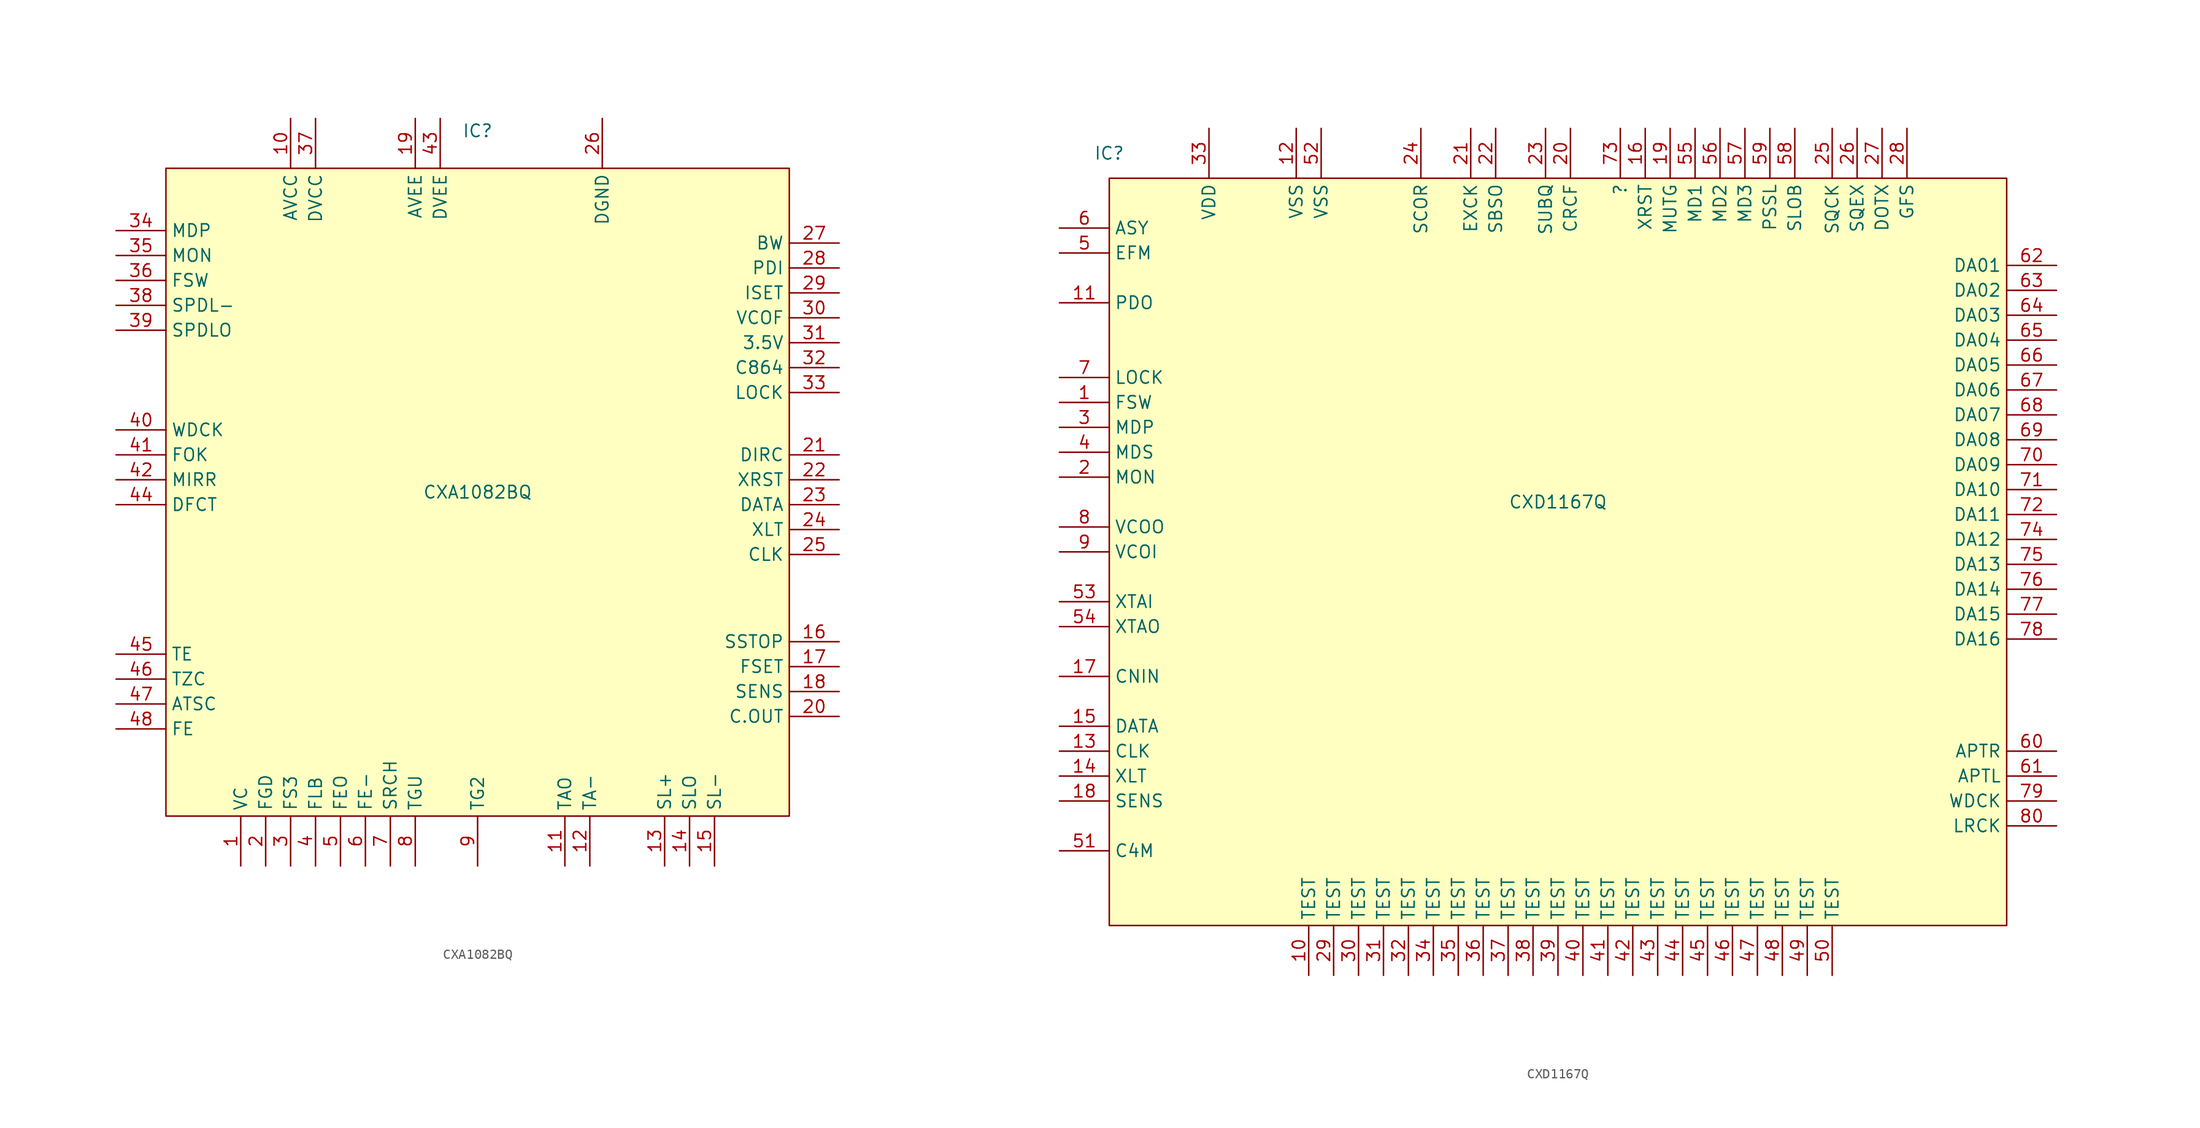
<source format=kicad_sym>
(kicad_symbol_lib
  (version 20220914)
  (generator kicad_symbol_editor)
  (symbol "CXA1082BQ"
    (property "Reference" "IC"
      (at 0 36.83 0)
      (effects (font (size 1.27 1.27))))
    (property "Value" "CXA1082BQ"
      (at 0 0 0)
      (effects (font (size 1.27 1.27))))
    (symbol "CXA1082BQ_1_1"
      (rectangle (start -31.75 33.02) (end 31.75 -33.02) (stroke (width 0) (type default)) (fill (type background)))
      (pin passive line (at -24.13 -38.1 90) (length 5.08) (name "VC" (effects (font (size 1.27 1.27)))) (number "1" (effects (font (size 1.27 1.27)))))
      (pin passive line (at -19.05 38.1 270) (length 5.08) (name "AVCC" (effects (font (size 1.27 1.27)))) (number "10" (effects (font (size 1.27 1.27)))))
      (pin passive line (at 8.89 -38.1 90) (length 5.08) (name "TAO" (effects (font (size 1.27 1.27)))) (number "11" (effects (font (size 1.27 1.27)))))
      (pin passive line (at 11.43 -38.1 90) (length 5.08) (name "TA-" (effects (font (size 1.27 1.27)))) (number "12" (effects (font (size 1.27 1.27)))))
      (pin passive line (at 19.05 -38.1 90) (length 5.08) (name "SL+" (effects (font (size 1.27 1.27)))) (number "13" (effects (font (size 1.27 1.27)))))
      (pin passive line (at 21.59 -38.1 90) (length 5.08) (name "SLO" (effects (font (size 1.27 1.27)))) (number "14" (effects (font (size 1.27 1.27)))))
      (pin passive line (at 24.13 -38.1 90) (length 5.08) (name "SL-" (effects (font (size 1.27 1.27)))) (number "15" (effects (font (size 1.27 1.27)))))
      (pin passive line (at 36.83 -15.24 180) (length 5.08) (name "SSTOP" (effects (font (size 1.27 1.27)))) (number "16" (effects (font (size 1.27 1.27)))))
      (pin passive line (at 36.83 -17.78 180) (length 5.08) (name "FSET" (effects (font (size 1.27 1.27)))) (number "17" (effects (font (size 1.27 1.27)))))
      (pin passive line (at 36.83 -20.32 180) (length 5.08) (name "SENS" (effects (font (size 1.27 1.27)))) (number "18" (effects (font (size 1.27 1.27)))))
      (pin passive line (at -6.35 38.1 270) (length 5.08) (name "AVEE" (effects (font (size 1.27 1.27)))) (number "19" (effects (font (size 1.27 1.27)))))
      (pin passive line (at -21.59 -38.1 90) (length 5.08) (name "FGD" (effects (font (size 1.27 1.27)))) (number "2" (effects (font (size 1.27 1.27)))))
      (pin passive line (at 36.83 -22.86 180) (length 5.08) (name "C.OUT" (effects (font (size 1.27 1.27)))) (number "20" (effects (font (size 1.27 1.27)))))
      (pin passive line (at 36.83 3.81 180) (length 5.08) (name "DIRC" (effects (font (size 1.27 1.27)))) (number "21" (effects (font (size 1.27 1.27)))))
      (pin passive line (at 36.83 1.27 180) (length 5.08) (name "XRST" (effects (font (size 1.27 1.27)))) (number "22" (effects (font (size 1.27 1.27)))))
      (pin passive line (at 36.83 -1.27 180) (length 5.08) (name "DATA" (effects (font (size 1.27 1.27)))) (number "23" (effects (font (size 1.27 1.27)))))
      (pin passive line (at 36.83 -3.81 180) (length 5.08) (name "XLT" (effects (font (size 1.27 1.27)))) (number "24" (effects (font (size 1.27 1.27)))))
      (pin passive line (at 36.83 -6.35 180) (length 5.08) (name "CLK" (effects (font (size 1.27 1.27)))) (number "25" (effects (font (size 1.27 1.27)))))
      (pin passive line (at 12.7 38.1 270) (length 5.08) (name "DGND" (effects (font (size 1.27 1.27)))) (number "26" (effects (font (size 1.27 1.27)))))
      (pin passive line (at 36.83 25.4 180) (length 5.08) (name "BW" (effects (font (size 1.27 1.27)))) (number "27" (effects (font (size 1.27 1.27)))))
      (pin passive line (at 36.83 22.86 180) (length 5.08) (name "PDI" (effects (font (size 1.27 1.27)))) (number "28" (effects (font (size 1.27 1.27)))))
      (pin passive line (at 36.83 20.32 180) (length 5.08) (name "ISET" (effects (font (size 1.27 1.27)))) (number "29" (effects (font (size 1.27 1.27)))))
      (pin passive line (at -19.05 -38.1 90) (length 5.08) (name "FS3" (effects (font (size 1.27 1.27)))) (number "3" (effects (font (size 1.27 1.27)))))
      (pin passive line (at 36.83 17.78 180) (length 5.08) (name "VCOF" (effects (font (size 1.27 1.27)))) (number "30" (effects (font (size 1.27 1.27)))))
      (pin passive line (at 36.83 15.24 180) (length 5.08) (name "3.5V" (effects (font (size 1.27 1.27)))) (number "31" (effects (font (size 1.27 1.27)))))
      (pin passive line (at 36.83 12.7 180) (length 5.08) (name "C864" (effects (font (size 1.27 1.27)))) (number "32" (effects (font (size 1.27 1.27)))))
      (pin passive line (at 36.83 10.16 180) (length 5.08) (name "LOCK" (effects (font (size 1.27 1.27)))) (number "33" (effects (font (size 1.27 1.27)))))
      (pin passive line (at -36.83 26.67 0) (length 5.08) (name "MDP" (effects (font (size 1.27 1.27)))) (number "34" (effects (font (size 1.27 1.27)))))
      (pin passive line (at -36.83 24.13 0) (length 5.08) (name "MON" (effects (font (size 1.27 1.27)))) (number "35" (effects (font (size 1.27 1.27)))))
      (pin passive line (at -36.83 21.59 0) (length 5.08) (name "FSW" (effects (font (size 1.27 1.27)))) (number "36" (effects (font (size 1.27 1.27)))))
      (pin passive line (at -16.51 38.1 270) (length 5.08) (name "DVCC" (effects (font (size 1.27 1.27)))) (number "37" (effects (font (size 1.27 1.27)))))
      (pin passive line (at -36.83 19.05 0) (length 5.08) (name "SPDL-" (effects (font (size 1.27 1.27)))) (number "38" (effects (font (size 1.27 1.27)))))
      (pin passive line (at -36.83 16.51 0) (length 5.08) (name "SPDLO" (effects (font (size 1.27 1.27)))) (number "39" (effects (font (size 1.27 1.27)))))
      (pin passive line (at -16.51 -38.1 90) (length 5.08) (name "FLB" (effects (font (size 1.27 1.27)))) (number "4" (effects (font (size 1.27 1.27)))))
      (pin passive line (at -36.83 6.35 0) (length 5.08) (name "WDCK" (effects (font (size 1.27 1.27)))) (number "40" (effects (font (size 1.27 1.27)))))
      (pin passive line (at -36.83 3.81 0) (length 5.08) (name "FOK" (effects (font (size 1.27 1.27)))) (number "41" (effects (font (size 1.27 1.27)))))
      (pin passive line (at -36.83 1.27 0) (length 5.08) (name "MIRR" (effects (font (size 1.27 1.27)))) (number "42" (effects (font (size 1.27 1.27)))))
      (pin passive line (at -3.81 38.1 270) (length 5.08) (name "DVEE" (effects (font (size 1.27 1.27)))) (number "43" (effects (font (size 1.27 1.27)))))
      (pin passive line (at -36.83 -1.27 0) (length 5.08) (name "DFCT" (effects (font (size 1.27 1.27)))) (number "44" (effects (font (size 1.27 1.27)))))
      (pin passive line (at -36.83 -16.51 0) (length 5.08) (name "TE" (effects (font (size 1.27 1.27)))) (number "45" (effects (font (size 1.27 1.27)))))
      (pin passive line (at -36.83 -19.05 0) (length 5.08) (name "TZC" (effects (font (size 1.27 1.27)))) (number "46" (effects (font (size 1.27 1.27)))))
      (pin passive line (at -36.83 -21.59 0) (length 5.08) (name "ATSC" (effects (font (size 1.27 1.27)))) (number "47" (effects (font (size 1.27 1.27)))))
      (pin passive line (at -36.83 -24.13 0) (length 5.08) (name "FE" (effects (font (size 1.27 1.27)))) (number "48" (effects (font (size 1.27 1.27)))))
      (pin passive line (at -13.97 -38.1 90) (length 5.08) (name "FEO" (effects (font (size 1.27 1.27)))) (number "5" (effects (font (size 1.27 1.27)))))
      (pin passive line (at -11.43 -38.1 90) (length 5.08) (name "FE-" (effects (font (size 1.27 1.27)))) (number "6" (effects (font (size 1.27 1.27)))))
      (pin passive line (at -8.89 -38.1 90) (length 5.08) (name "SRCH" (effects (font (size 1.27 1.27)))) (number "7" (effects (font (size 1.27 1.27)))))
      (pin passive line (at -6.35 -38.1 90) (length 5.08) (name "TGU" (effects (font (size 1.27 1.27)))) (number "8" (effects (font (size 1.27 1.27)))))
      (pin passive line (at 0 -38.1 90) (length 5.08) (name "TG2" (effects (font (size 1.27 1.27)))) (number "9" (effects (font (size 1.27 1.27)))))))
  (symbol "CXD1167Q"
    (property "Reference" "IC"
      (at -45.72 40.64 0)
      (effects (font (size 1.27 1.27))))
    (property "Value" "CXD1167Q"
      (at 0 5.08 0)
      (effects (font (size 1.27 1.27))))
    (symbol "CXD1167Q_1_1"
      (rectangle (start -45.72 38.1) (end 45.72 -38.1) (stroke (width 0) (type default)) (fill (type background)))
      (pin output line (at -50.8 15.24 0) (length 5.08) (name "FSW" (effects (font (size 1.27 1.27)))) (number "1" (effects (font (size 1.27 1.27)))))
      (pin input line (at -25.4 -43.18 90) (length 5.08) (name "TEST" (effects (font (size 1.27 1.27)))) (number "10" (effects (font (size 1.27 1.27)))))
      (pin output line (at -50.8 25.4 0) (length 5.08) (name "PDO" (effects (font (size 1.27 1.27)))) (number "11" (effects (font (size 1.27 1.27)))))
      (pin power_out line (at -26.67 43.18 270) (length 5.08) (name "VSS" (effects (font (size 1.27 1.27)))) (number "12" (effects (font (size 1.27 1.27)))))
      (pin input line (at -50.8 -20.32 0) (length 5.08) (name "CLK" (effects (font (size 1.27 1.27)))) (number "13" (effects (font (size 1.27 1.27)))))
      (pin input line (at -50.8 -22.86 0) (length 5.08) (name "XLT" (effects (font (size 1.27 1.27)))) (number "14" (effects (font (size 1.27 1.27)))))
      (pin input line (at -50.8 -17.78 0) (length 5.08) (name "DATA" (effects (font (size 1.27 1.27)))) (number "15" (effects (font (size 1.27 1.27)))))
      (pin input line (at 8.89 43.18 270) (length 5.08) (name "XRST" (effects (font (size 1.27 1.27)))) (number "16" (effects (font (size 1.27 1.27)))))
      (pin input line (at -50.8 -12.7 0) (length 5.08) (name "CNIN" (effects (font (size 1.27 1.27)))) (number "17" (effects (font (size 1.27 1.27)))))
      (pin output line (at -50.8 -25.4 0) (length 5.08) (name "SENS" (effects (font (size 1.27 1.27)))) (number "18" (effects (font (size 1.27 1.27)))))
      (pin input line (at 11.43 43.18 270) (length 5.08) (name "MUTG" (effects (font (size 1.27 1.27)))) (number "19" (effects (font (size 1.27 1.27)))))
      (pin output line (at -50.8 7.62 0) (length 5.08) (name "MON" (effects (font (size 1.27 1.27)))) (number "2" (effects (font (size 1.27 1.27)))))
      (pin output line (at 1.27 43.18 270) (length 5.08) (name "CRCF" (effects (font (size 1.27 1.27)))) (number "20" (effects (font (size 1.27 1.27)))))
      (pin input line (at -8.89 43.18 270) (length 5.08) (name "EXCK" (effects (font (size 1.27 1.27)))) (number "21" (effects (font (size 1.27 1.27)))))
      (pin output line (at -6.35 43.18 270) (length 5.08) (name "SBSO" (effects (font (size 1.27 1.27)))) (number "22" (effects (font (size 1.27 1.27)))))
      (pin output line (at -1.27 43.18 270) (length 5.08) (name "SUBQ" (effects (font (size 1.27 1.27)))) (number "23" (effects (font (size 1.27 1.27)))))
      (pin output line (at -13.97 43.18 270) (length 5.08) (name "SCOR" (effects (font (size 1.27 1.27)))) (number "24" (effects (font (size 1.27 1.27)))))
      (pin bidirectional line (at 27.94 43.18 270) (length 5.08) (name "SQCK" (effects (font (size 1.27 1.27)))) (number "25" (effects (font (size 1.27 1.27)))))
      (pin input line (at 30.48 43.18 270) (length 5.08) (name "SQEX" (effects (font (size 1.27 1.27)))) (number "26" (effects (font (size 1.27 1.27)))))
      (pin output line (at 33.02 43.18 270) (length 5.08) (name "DOTX" (effects (font (size 1.27 1.27)))) (number "27" (effects (font (size 1.27 1.27)))))
      (pin output line (at 35.56 43.18 270) (length 5.08) (name "GFS" (effects (font (size 1.27 1.27)))) (number "28" (effects (font (size 1.27 1.27)))))
      (pin input line (at -22.86 -43.18 90) (length 5.08) (name "TEST" (effects (font (size 1.27 1.27)))) (number "29" (effects (font (size 1.27 1.27)))))
      (pin output line (at -50.8 12.7 0) (length 5.08) (name "MDP" (effects (font (size 1.27 1.27)))) (number "3" (effects (font (size 1.27 1.27)))))
      (pin input line (at -20.32 -43.18 90) (length 5.08) (name "TEST" (effects (font (size 1.27 1.27)))) (number "30" (effects (font (size 1.27 1.27)))))
      (pin input line (at -17.78 -43.18 90) (length 5.08) (name "TEST" (effects (font (size 1.27 1.27)))) (number "31" (effects (font (size 1.27 1.27)))))
      (pin input line (at -15.24 -43.18 90) (length 5.08) (name "TEST" (effects (font (size 1.27 1.27)))) (number "32" (effects (font (size 1.27 1.27)))))
      (pin power_in line (at -35.56 43.18 270) (length 5.08) (name "VDD" (effects (font (size 1.27 1.27)))) (number "33" (effects (font (size 1.27 1.27)))))
      (pin input line (at -12.7 -43.18 90) (length 5.08) (name "TEST" (effects (font (size 1.27 1.27)))) (number "34" (effects (font (size 1.27 1.27)))))
      (pin input line (at -10.16 -43.18 90) (length 5.08) (name "TEST" (effects (font (size 1.27 1.27)))) (number "35" (effects (font (size 1.27 1.27)))))
      (pin input line (at -7.62 -43.18 90) (length 5.08) (name "TEST" (effects (font (size 1.27 1.27)))) (number "36" (effects (font (size 1.27 1.27)))))
      (pin input line (at -5.08 -43.18 90) (length 5.08) (name "TEST" (effects (font (size 1.27 1.27)))) (number "37" (effects (font (size 1.27 1.27)))))
      (pin input line (at -2.54 -43.18 90) (length 5.08) (name "TEST" (effects (font (size 1.27 1.27)))) (number "38" (effects (font (size 1.27 1.27)))))
      (pin input line (at 0 -43.18 90) (length 5.08) (name "TEST" (effects (font (size 1.27 1.27)))) (number "39" (effects (font (size 1.27 1.27)))))
      (pin output line (at -50.8 10.16 0) (length 5.08) (name "MDS" (effects (font (size 1.27 1.27)))) (number "4" (effects (font (size 1.27 1.27)))))
      (pin input line (at 2.54 -43.18 90) (length 5.08) (name "TEST" (effects (font (size 1.27 1.27)))) (number "40" (effects (font (size 1.27 1.27)))))
      (pin input line (at 5.08 -43.18 90) (length 5.08) (name "TEST" (effects (font (size 1.27 1.27)))) (number "41" (effects (font (size 1.27 1.27)))))
      (pin input line (at 7.62 -43.18 90) (length 5.08) (name "TEST" (effects (font (size 1.27 1.27)))) (number "42" (effects (font (size 1.27 1.27)))))
      (pin input line (at 10.16 -43.18 90) (length 5.08) (name "TEST" (effects (font (size 1.27 1.27)))) (number "43" (effects (font (size 1.27 1.27)))))
      (pin input line (at 12.7 -43.18 90) (length 5.08) (name "TEST" (effects (font (size 1.27 1.27)))) (number "44" (effects (font (size 1.27 1.27)))))
      (pin input line (at 15.24 -43.18 90) (length 5.08) (name "TEST" (effects (font (size 1.27 1.27)))) (number "45" (effects (font (size 1.27 1.27)))))
      (pin input line (at 17.78 -43.18 90) (length 5.08) (name "TEST" (effects (font (size 1.27 1.27)))) (number "46" (effects (font (size 1.27 1.27)))))
      (pin input line (at 20.32 -43.18 90) (length 5.08) (name "TEST" (effects (font (size 1.27 1.27)))) (number "47" (effects (font (size 1.27 1.27)))))
      (pin input line (at 22.86 -43.18 90) (length 5.08) (name "TEST" (effects (font (size 1.27 1.27)))) (number "48" (effects (font (size 1.27 1.27)))))
      (pin input line (at 25.4 -43.18 90) (length 5.08) (name "TEST" (effects (font (size 1.27 1.27)))) (number "49" (effects (font (size 1.27 1.27)))))
      (pin input line (at -50.8 30.48 0) (length 5.08) (name "EFM" (effects (font (size 1.27 1.27)))) (number "5" (effects (font (size 1.27 1.27)))))
      (pin input line (at 27.94 -43.18 90) (length 5.08) (name "TEST" (effects (font (size 1.27 1.27)))) (number "50" (effects (font (size 1.27 1.27)))))
      (pin output line (at -50.8 -30.48 0) (length 5.08) (name "C4M" (effects (font (size 1.27 1.27)))) (number "51" (effects (font (size 1.27 1.27)))))
      (pin power_out line (at -24.13 43.18 270) (length 5.08) (name "VSS" (effects (font (size 1.27 1.27)))) (number "52" (effects (font (size 1.27 1.27)))))
      (pin input line (at -50.8 -5.08 0) (length 5.08) (name "XTAI" (effects (font (size 1.27 1.27)))) (number "53" (effects (font (size 1.27 1.27)))))
      (pin output line (at -50.8 -7.62 0) (length 5.08) (name "XTAO" (effects (font (size 1.27 1.27)))) (number "54" (effects (font (size 1.27 1.27)))))
      (pin input line (at 13.97 43.18 270) (length 5.08) (name "MD1" (effects (font (size 1.27 1.27)))) (number "55" (effects (font (size 1.27 1.27)))))
      (pin input line (at 16.51 43.18 270) (length 5.08) (name "MD2" (effects (font (size 1.27 1.27)))) (number "56" (effects (font (size 1.27 1.27)))))
      (pin input line (at 19.05 43.18 270) (length 5.08) (name "MD3" (effects (font (size 1.27 1.27)))) (number "57" (effects (font (size 1.27 1.27)))))
      (pin input line (at 24.13 43.18 270) (length 5.08) (name "SLOB" (effects (font (size 1.27 1.27)))) (number "58" (effects (font (size 1.27 1.27)))))
      (pin input line (at 21.59 43.18 270) (length 5.08) (name "PSSL" (effects (font (size 1.27 1.27)))) (number "59" (effects (font (size 1.27 1.27)))))
      (pin output line (at -50.8 33.02 0) (length 5.08) (name "ASY" (effects (font (size 1.27 1.27)))) (number "6" (effects (font (size 1.27 1.27)))))
      (pin output line (at 50.8 -20.32 180) (length 5.08) (name "APTR" (effects (font (size 1.27 1.27)))) (number "60" (effects (font (size 1.27 1.27)))))
      (pin output line (at 50.8 -22.86 180) (length 5.08) (name "APTL" (effects (font (size 1.27 1.27)))) (number "61" (effects (font (size 1.27 1.27)))))
      (pin output line (at 50.8 29.21 180) (length 5.08) (name "DA01" (effects (font (size 1.27 1.27)))) (number "62" (effects (font (size 1.27 1.27)))))
      (pin output line (at 50.8 26.67 180) (length 5.08) (name "DA02" (effects (font (size 1.27 1.27)))) (number "63" (effects (font (size 1.27 1.27)))))
      (pin output line (at 50.8 24.13 180) (length 5.08) (name "DA03" (effects (font (size 1.27 1.27)))) (number "64" (effects (font (size 1.27 1.27)))))
      (pin output line (at 50.8 21.59 180) (length 5.08) (name "DA04" (effects (font (size 1.27 1.27)))) (number "65" (effects (font (size 1.27 1.27)))))
      (pin output line (at 50.8 19.05 180) (length 5.08) (name "DA05" (effects (font (size 1.27 1.27)))) (number "66" (effects (font (size 1.27 1.27)))))
      (pin output line (at 50.8 16.51 180) (length 5.08) (name "DA06" (effects (font (size 1.27 1.27)))) (number "67" (effects (font (size 1.27 1.27)))))
      (pin output line (at 50.8 13.97 180) (length 5.08) (name "DA07" (effects (font (size 1.27 1.27)))) (number "68" (effects (font (size 1.27 1.27)))))
      (pin output line (at 50.8 11.43 180) (length 5.08) (name "DA08" (effects (font (size 1.27 1.27)))) (number "69" (effects (font (size 1.27 1.27)))))
      (pin output line (at -50.8 17.78 0) (length 5.08) (name "LOCK" (effects (font (size 1.27 1.27)))) (number "7" (effects (font (size 1.27 1.27)))))
      (pin output line (at 50.8 8.89 180) (length 5.08) (name "DA09" (effects (font (size 1.27 1.27)))) (number "70" (effects (font (size 1.27 1.27)))))
      (pin output line (at 50.8 6.35 180) (length 5.08) (name "DA10" (effects (font (size 1.27 1.27)))) (number "71" (effects (font (size 1.27 1.27)))))
      (pin output line (at 50.8 3.81 180) (length 5.08) (name "DA11" (effects (font (size 1.27 1.27)))) (number "72" (effects (font (size 1.27 1.27)))))
      (pin passive line (at 6.35 43.18 270) (length 5.08) (name "?" (effects (font (size 1.27 1.27)))) (number "73" (effects (font (size 1.27 1.27)))))
      (pin output line (at 50.8 1.27 180) (length 5.08) (name "DA12" (effects (font (size 1.27 1.27)))) (number "74" (effects (font (size 1.27 1.27)))))
      (pin output line (at 50.8 -1.27 180) (length 5.08) (name "DA13" (effects (font (size 1.27 1.27)))) (number "75" (effects (font (size 1.27 1.27)))))
      (pin output line (at 50.8 -3.81 180) (length 5.08) (name "DA14" (effects (font (size 1.27 1.27)))) (number "76" (effects (font (size 1.27 1.27)))))
      (pin output line (at 50.8 -6.35 180) (length 5.08) (name "DA15" (effects (font (size 1.27 1.27)))) (number "77" (effects (font (size 1.27 1.27)))))
      (pin output line (at 50.8 -8.89 180) (length 5.08) (name "DA16" (effects (font (size 1.27 1.27)))) (number "78" (effects (font (size 1.27 1.27)))))
      (pin output line (at 50.8 -25.4 180) (length 5.08) (name "WDCK" (effects (font (size 1.27 1.27)))) (number "79" (effects (font (size 1.27 1.27)))))
      (pin output line (at -50.8 2.54 0) (length 5.08) (name "VCOO" (effects (font (size 1.27 1.27)))) (number "8" (effects (font (size 1.27 1.27)))))
      (pin output line (at 50.8 -27.94 180) (length 5.08) (name "LRCK" (effects (font (size 1.27 1.27)))) (number "80" (effects (font (size 1.27 1.27)))))
      (pin input line (at -50.8 0 0) (length 5.08) (name "VCOI" (effects (font (size 1.27 1.27)))) (number "9" (effects (font (size 1.27 1.27))))))))
</source>
